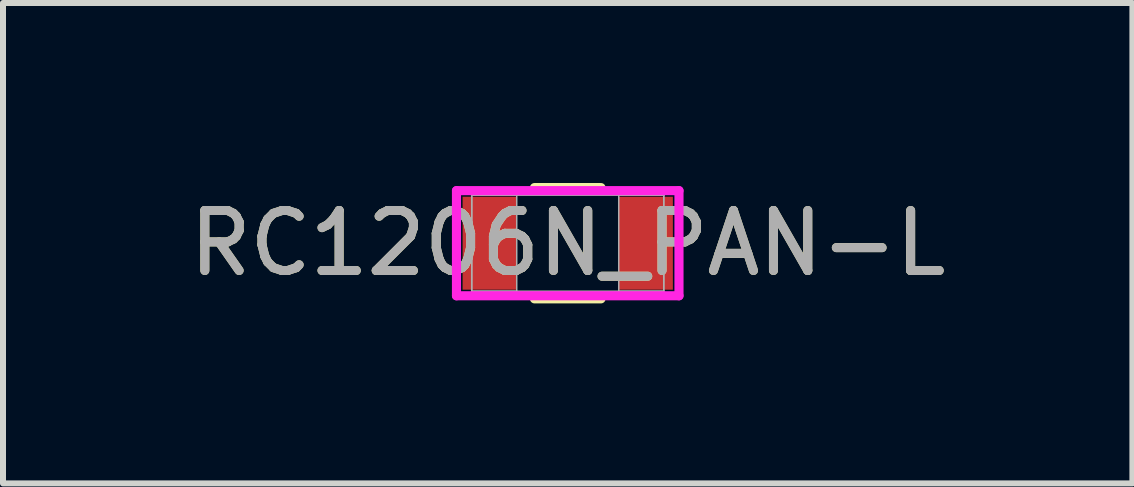
<source format=kicad_pcb>
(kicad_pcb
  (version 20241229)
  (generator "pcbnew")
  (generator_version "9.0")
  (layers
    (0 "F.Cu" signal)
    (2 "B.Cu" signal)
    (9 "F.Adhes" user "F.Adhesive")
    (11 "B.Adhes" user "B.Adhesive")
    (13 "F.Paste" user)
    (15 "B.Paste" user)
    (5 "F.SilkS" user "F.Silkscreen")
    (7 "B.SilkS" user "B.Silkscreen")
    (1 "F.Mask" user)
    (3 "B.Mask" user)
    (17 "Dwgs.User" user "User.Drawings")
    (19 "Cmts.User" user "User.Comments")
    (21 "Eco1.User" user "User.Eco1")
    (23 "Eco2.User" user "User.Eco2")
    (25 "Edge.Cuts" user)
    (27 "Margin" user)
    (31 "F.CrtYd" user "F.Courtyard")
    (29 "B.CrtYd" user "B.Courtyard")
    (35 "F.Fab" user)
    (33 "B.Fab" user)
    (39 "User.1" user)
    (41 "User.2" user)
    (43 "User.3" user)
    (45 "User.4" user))
  (footprint "RC1206N_PAN-L"
    (layer "F.Cu")
    (at 6.411 1.003)
    (property "Reference" "RC1206N_PAN-L" (at 0 0 0) (unlocked yes) (layer "F.SilkS") (effects (font (size 1 1) (thickness 0.15))))
    (attr smd)
    (fp_line (start -0.554 0.927) (end 0.554 0.927) (stroke (width 0.152) (type solid)) (layer "F.SilkS"))
    (fp_line (start 0.554 -0.927) (end -0.554 -0.927) (stroke (width 0.152) (type solid)) (layer "F.SilkS"))
    (fp_line (start -1.854 -0.876) (end 1.854 -0.876) (stroke (width 0.152) (type solid)) (layer "F.CrtYd"))
    (fp_line (start -1.854 0.876) (end -1.854 -0.876) (stroke (width 0.152) (type solid)) (layer "F.CrtYd"))
    (fp_line (start 1.854 -0.876) (end 1.854 0.876) (stroke (width 0.152) (type solid)) (layer "F.CrtYd"))
    (fp_line (start 1.854 0.876) (end -1.854 0.876) (stroke (width 0.152) (type solid)) (layer "F.CrtYd"))
    (fp_line (start -1.6 -0.8) (end -1.6 0.8) (stroke (width 0.025) (type solid)) (layer "F.Fab"))
    (fp_line (start -1.6 -0.8) (end -1.6 0.8) (stroke (width 0.025) (type solid)) (layer "F.Fab"))
    (fp_line (start -1.6 0.8) (end -0.85 0.8) (stroke (width 0.025) (type solid)) (layer "F.Fab"))
    (fp_line (start -1.6 0.8) (end 1.6 0.8) (stroke (width 0.025) (type solid)) (layer "F.Fab"))
    (fp_line (start -0.85 -0.8) (end -1.6 -0.8) (stroke (width 0.025) (type solid)) (layer "F.Fab"))
    (fp_line (start -0.85 0.8) (end -0.85 -0.8) (stroke (width 0.025) (type solid)) (layer "F.Fab"))
    (fp_line (start 0.85 -0.8) (end 0.85 0.8) (stroke (width 0.025) (type solid)) (layer "F.Fab"))
    (fp_line (start 0.85 0.8) (end 1.6 0.8) (stroke (width 0.025) (type solid)) (layer "F.Fab"))
    (fp_line (start 1.6 -0.8) (end -1.6 -0.8) (stroke (width 0.025) (type solid)) (layer "F.Fab"))
    (fp_line (start 1.6 -0.8) (end 0.85 -0.8) (stroke (width 0.025) (type solid)) (layer "F.Fab"))
    (fp_line (start 1.6 0.8) (end 1.6 -0.8) (stroke (width 0.025) (type solid)) (layer "F.Fab"))
    (fp_line (start 1.6 0.8) (end 1.6 -0.8) (stroke (width 0.025) (type solid)) (layer "F.Fab"))
    (fp_text user "${REFERENCE}" (at 0 0 0) (unlocked yes) (layer "F.Fab") (effects (font (size 1 1) (thickness 0.15))))
    (pad "1" smd rect (at -1.301 0) (size 0.902 1.549) (layers "F.Cu" "F.Mask" "F.Paste"))
    (pad "2" smd rect (at 1.301 0) (size 0.902 1.549) (layers "F.Cu" "F.Mask" "F.Paste"))
    (zone (net_name "") (layer "F.Cu") (hatch full 0.508) (connect_pads) (min_thickness 0.254) (filled_areas_thickness no) (keepout (tracks not_allowed) (vias not_allowed) (pads allowed) (copperpour not_allowed) (footprints allowed)) (placement (enabled no)) (fill) (polygon (pts (xy 5.612 0.254) (xy 7.21 0.254) (xy 7.21 1.752) (xy 5.612 1.752)))))
  (gr_rect
    (start -3 -3)
    (end 15.821 5.006)
    (stroke (width 0.1) (type default))
    (fill no)
    (layer "Edge.Cuts")))
</source>
